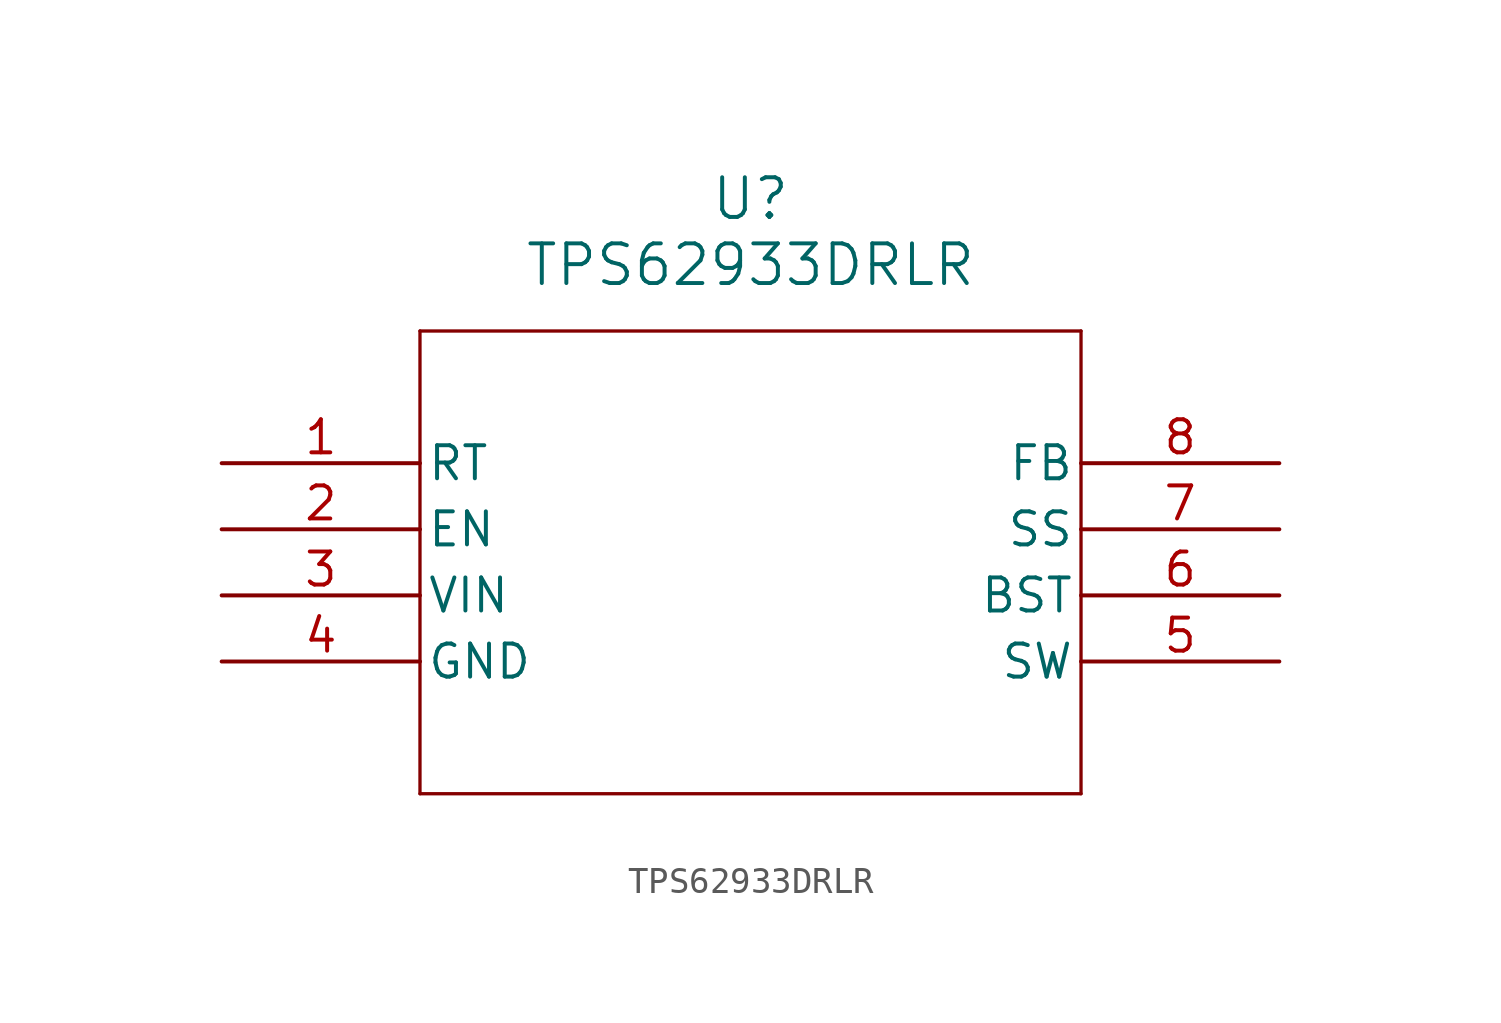
<source format=kicad_sym>
(kicad_symbol_lib
  (version 20241209)
  (generator "kicad_symbol_editor")
  (generator_version "9.0")
  (symbol "TPS62933DRLR"
    (pin_names
      (offset 0.254))
    (property "Reference" "U"
      (at 20.32 10.16 0)
      (effects (font (size 1.524 1.524))))
    (property "Value" "TPS62933DRLR"
      (at 20.32 7.62 0)
      (effects (font (size 1.524 1.524))))
    (property "ki_locked" ""
      (at 0 0 0)
      (effects (font (size 1.27 1.27))))
    (symbol "TPS62933DRLR_0_1"
      (polyline (pts (xy 7.62 5.08) (xy 7.62 -12.7)) (stroke (width 0.127) (type default)) (fill (type none)))
      (polyline (pts (xy 7.62 -12.7) (xy 33.02 -12.7)) (stroke (width 0.127) (type default)) (fill (type none)))
      (polyline (pts (xy 33.02 5.08) (xy 7.62 5.08)) (stroke (width 0.127) (type default)) (fill (type none)))
      (polyline (pts (xy 33.02 -12.7) (xy 33.02 5.08)) (stroke (width 0.127) (type default)) (fill (type none)))
      (pin passive line (at 0 0 0) (length 7.62) (name "RT" (effects (font (size 1.27 1.27)))) (number "1" (effects (font (size 1.27 1.27)))))
      (pin passive line (at 0 -2.54 0) (length 7.62) (name "EN" (effects (font (size 1.27 1.27)))) (number "2" (effects (font (size 1.27 1.27)))))
      (pin power_in line (at 0 -5.08 0) (length 7.62) (name "VIN" (effects (font (size 1.27 1.27)))) (number "3" (effects (font (size 1.27 1.27)))))
      (pin power_in line (at 0 -7.62 0) (length 7.62) (name "GND" (effects (font (size 1.27 1.27)))) (number "4" (effects (font (size 1.27 1.27)))))
      (pin passive line (at 40.64 0 180) (length 7.62) (name "FB" (effects (font (size 1.27 1.27)))) (number "8" (effects (font (size 1.27 1.27)))))
      (pin passive line (at 40.64 -2.54 180) (length 7.62) (name "SS" (effects (font (size 1.27 1.27)))) (number "7" (effects (font (size 1.27 1.27)))))
      (pin power_out line (at 40.64 -5.08 180) (length 7.62) (name "BST" (effects (font (size 1.27 1.27)))) (number "6" (effects (font (size 1.27 1.27)))))
      (pin power_out line (at 40.64 -7.62 180) (length 7.62) (name "SW" (effects (font (size 1.27 1.27)))) (number "5" (effects (font (size 1.27 1.27))))))))
</source>
